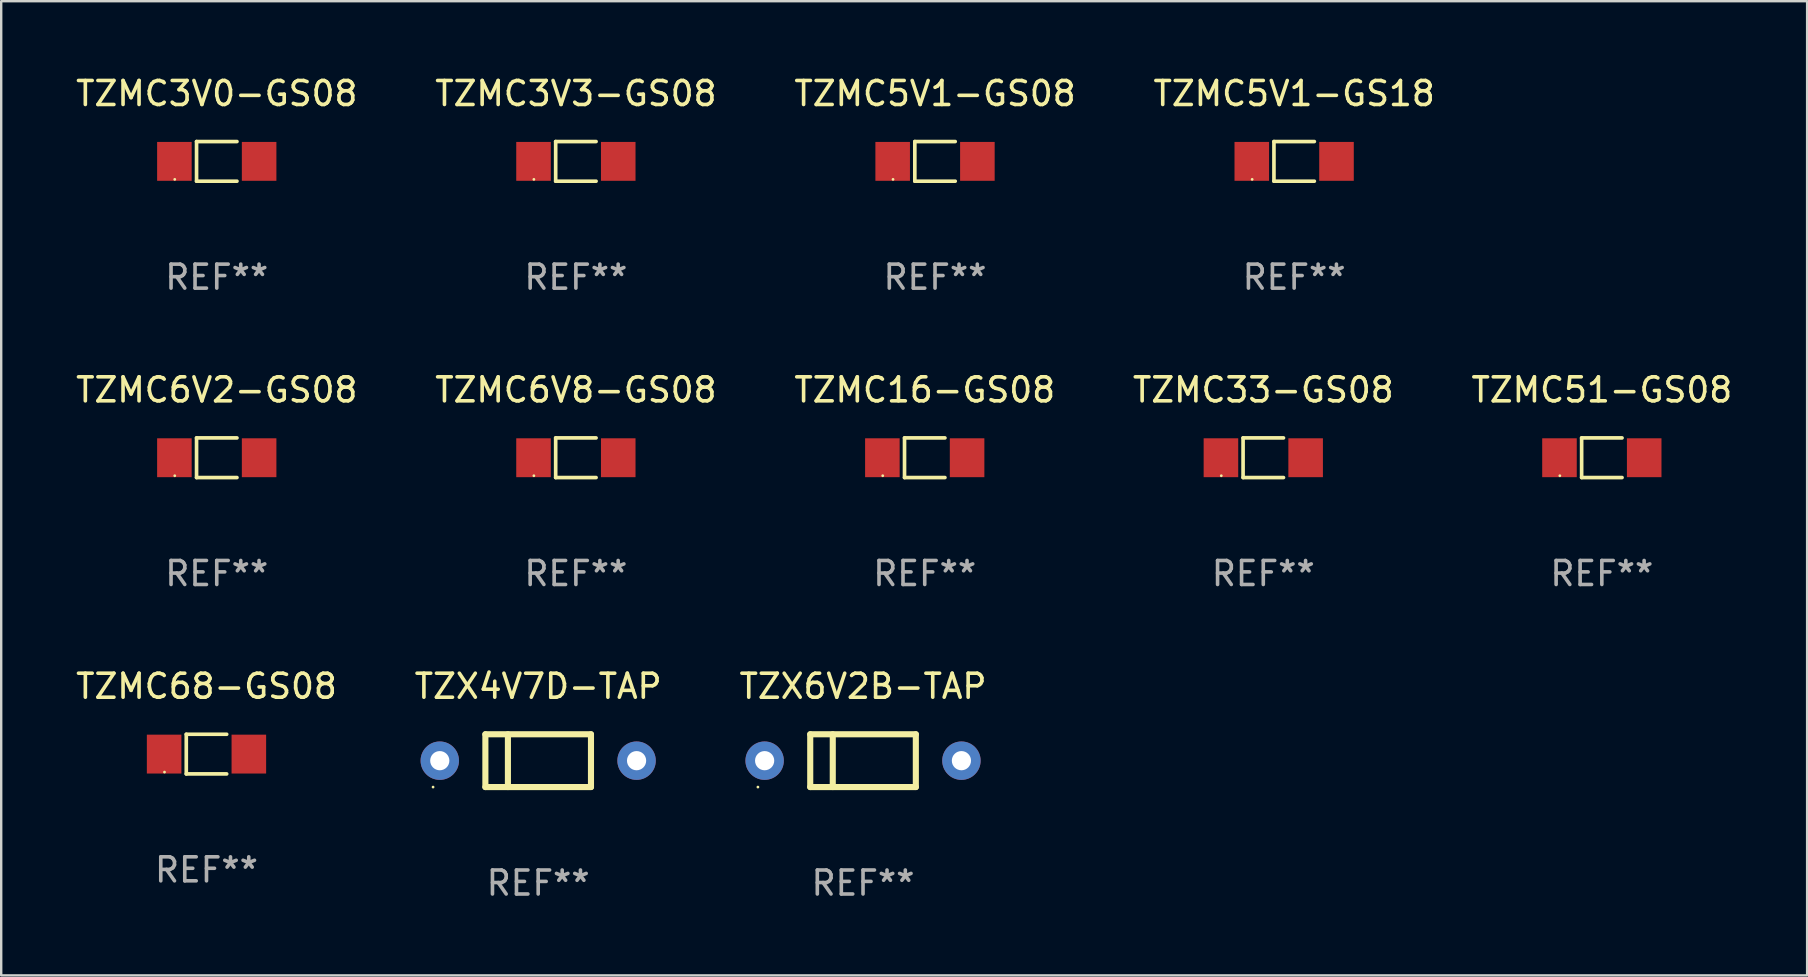
<source format=kicad_pcb>
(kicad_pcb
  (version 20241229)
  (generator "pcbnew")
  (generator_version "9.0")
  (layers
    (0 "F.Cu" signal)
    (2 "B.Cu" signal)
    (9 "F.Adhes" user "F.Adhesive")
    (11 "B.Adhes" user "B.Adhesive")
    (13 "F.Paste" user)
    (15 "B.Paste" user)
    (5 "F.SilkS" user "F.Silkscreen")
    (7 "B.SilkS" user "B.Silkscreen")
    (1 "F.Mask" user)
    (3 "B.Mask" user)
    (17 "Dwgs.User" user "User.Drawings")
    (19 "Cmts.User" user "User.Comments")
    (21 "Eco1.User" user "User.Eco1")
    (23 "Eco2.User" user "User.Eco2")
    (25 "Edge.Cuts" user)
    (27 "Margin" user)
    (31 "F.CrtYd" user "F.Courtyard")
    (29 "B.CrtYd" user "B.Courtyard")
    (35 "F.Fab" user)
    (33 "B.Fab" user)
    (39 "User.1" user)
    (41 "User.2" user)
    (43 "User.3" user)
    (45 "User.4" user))
  (footprint "TZX4V7D-TAP"
    (layer "F.Cu")
    (at 19.375 28.646)
    (property "Reference" "TZX4V7D-TAP" (at 0 -3.1 0) (layer "F.SilkS") (effects (font (size 1 1) (thickness 0.15))))
    (attr through_hole)
    (fp_line (start -2.2 -1.1) (end -2.2 1.1) (stroke (width 0.254) (type solid)) (layer "F.SilkS"))
    (fp_line (start -2.2 -1.1) (end 2.2 -1.1) (stroke (width 0.254) (type solid)) (layer "F.SilkS"))
    (fp_line (start -2.2 1.1) (end 2.2 1.1) (stroke (width 0.254) (type solid)) (layer "F.SilkS"))
    (fp_line (start -1.261 -1.1) (end -1.261 1.1) (stroke (width 0.254) (type solid)) (layer "F.SilkS"))
    (fp_line (start 2.2 -1.1) (end 2.2 1.1) (stroke (width 0.254) (type solid)) (layer "F.SilkS"))
    (fp_circle (center -4.38 1.1) (end -4.35 1.1) (stroke (width 0.06) (type solid)) (fill no) (layer "F.SilkS"))
    (fp_text user "REF**" (at 0 5.1 0) (layer "F.Fab") (effects (font (size 1 1) (thickness 0.15))))
    (pad "1" thru_hole circle (at -4.1 0) (size 1.6 1.6) (drill 0.8) (layers "*.Cu" "*.Mask"))
    (pad "2" thru_hole circle (at 4.1 0) (size 1.6 1.6) (drill 0.8) (layers "*.Cu" "*.Mask")))
  (footprint "TZMC6V2-GS08"
    (layer "F.Cu")
    (at 5.982 16.023)
    (property "Reference" "TZMC6V2-GS08" (at 0 -2.826 0) (layer "F.SilkS") (effects (font (size 1 1) (thickness 0.15))))
    (attr through_hole)
    (fp_line (start -0.842 -0.826) (end -0.842 0.826) (stroke (width 0.152) (type solid)) (layer "F.SilkS"))
    (fp_line (start -0.842 -0.826) (end 0.842 -0.826) (stroke (width 0.152) (type solid)) (layer "F.SilkS"))
    (fp_line (start -0.842 0.826) (end 0.842 0.826) (stroke (width 0.152) (type solid)) (layer "F.SilkS"))
    (fp_circle (center -1.75 0.75) (end -1.72 0.75) (stroke (width 0.06) (type solid)) (fill no) (layer "F.SilkS"))
    (fp_text user "REF**" (at 0 4.826 0) (layer "F.Fab") (effects (font (size 1 1) (thickness 0.15))))
    (pad "1" smd rect (at -1.765 0) (size 1.44 1.62) (layers "F.Cu" "F.Mask" "F.Paste"))
    (pad "2" smd rect (at 1.765 0) (size 1.44 1.62) (layers "F.Cu" "F.Mask" "F.Paste")))
  (footprint "TZX6V2B-TAP"
    (layer "F.Cu")
    (at 32.911 28.646)
    (property "Reference" "TZX6V2B-TAP" (at 0 -3.1 0) (layer "F.SilkS") (effects (font (size 1 1) (thickness 0.15))))
    (attr through_hole)
    (fp_line (start -2.2 -1.1) (end -2.2 1.1) (stroke (width 0.254) (type solid)) (layer "F.SilkS"))
    (fp_line (start -2.2 -1.1) (end 2.2 -1.1) (stroke (width 0.254) (type solid)) (layer "F.SilkS"))
    (fp_line (start -2.2 1.1) (end 2.2 1.1) (stroke (width 0.254) (type solid)) (layer "F.SilkS"))
    (fp_line (start -1.261 -1.1) (end -1.261 1.1) (stroke (width 0.254) (type solid)) (layer "F.SilkS"))
    (fp_line (start 2.2 -1.1) (end 2.2 1.1) (stroke (width 0.254) (type solid)) (layer "F.SilkS"))
    (fp_circle (center -4.38 1.1) (end -4.35 1.1) (stroke (width 0.06) (type solid)) (fill no) (layer "F.SilkS"))
    (fp_text user "REF**" (at 0 5.1 0) (layer "F.Fab") (effects (font (size 1 1) (thickness 0.15))))
    (pad "1" thru_hole circle (at -4.1 0) (size 1.6 1.6) (drill 0.8) (layers "*.Cu" "*.Mask"))
    (pad "2" thru_hole circle (at 4.1 0) (size 1.6 1.6) (drill 0.8) (layers "*.Cu" "*.Mask")))
  (footprint "TZMC33-GS08"
    (layer "F.Cu")
    (at 49.589 16.023)
    (property "Reference" "TZMC33-GS08" (at 0 -2.826 0) (layer "F.SilkS") (effects (font (size 1 1) (thickness 0.15))))
    (attr through_hole)
    (fp_line (start -0.842 -0.826) (end -0.842 0.826) (stroke (width 0.152) (type solid)) (layer "F.SilkS"))
    (fp_line (start -0.842 -0.826) (end 0.842 -0.826) (stroke (width 0.152) (type solid)) (layer "F.SilkS"))
    (fp_line (start -0.842 0.826) (end 0.842 0.826) (stroke (width 0.152) (type solid)) (layer "F.SilkS"))
    (fp_circle (center -1.75 0.75) (end -1.72 0.75) (stroke (width 0.06) (type solid)) (fill no) (layer "F.SilkS"))
    (fp_text user "REF**" (at 0 4.826 0) (layer "F.Fab") (effects (font (size 1 1) (thickness 0.15))))
    (pad "1" smd rect (at -1.765 0) (size 1.44 1.62) (layers "F.Cu" "F.Mask" "F.Paste"))
    (pad "2" smd rect (at 1.765 0) (size 1.44 1.62) (layers "F.Cu" "F.Mask" "F.Paste")))
  (footprint "TZMC51-GS08"
    (layer "F.Cu")
    (at 63.696 16.023)
    (property "Reference" "TZMC51-GS08" (at 0 -2.826 0) (layer "F.SilkS") (effects (font (size 1 1) (thickness 0.15))))
    (attr through_hole)
    (fp_line (start -0.842 -0.826) (end -0.842 0.826) (stroke (width 0.152) (type solid)) (layer "F.SilkS"))
    (fp_line (start -0.842 -0.826) (end 0.842 -0.826) (stroke (width 0.152) (type solid)) (layer "F.SilkS"))
    (fp_line (start -0.842 0.826) (end 0.842 0.826) (stroke (width 0.152) (type solid)) (layer "F.SilkS"))
    (fp_circle (center -1.75 0.75) (end -1.72 0.75) (stroke (width 0.06) (type solid)) (fill no) (layer "F.SilkS"))
    (fp_text user "REF**" (at 0 4.826 0) (layer "F.Fab") (effects (font (size 1 1) (thickness 0.15))))
    (pad "1" smd rect (at -1.765 0) (size 1.44 1.62) (layers "F.Cu" "F.Mask" "F.Paste"))
    (pad "2" smd rect (at 1.765 0) (size 1.44 1.62) (layers "F.Cu" "F.Mask" "F.Paste")))
  (footprint "TZMC16-GS08"
    (layer "F.Cu")
    (at 35.482 16.023)
    (property "Reference" "TZMC16-GS08" (at 0 -2.826 0) (layer "F.SilkS") (effects (font (size 1 1) (thickness 0.15))))
    (attr through_hole)
    (fp_line (start -0.842 -0.826) (end -0.842 0.826) (stroke (width 0.152) (type solid)) (layer "F.SilkS"))
    (fp_line (start -0.842 -0.826) (end 0.842 -0.826) (stroke (width 0.152) (type solid)) (layer "F.SilkS"))
    (fp_line (start -0.842 0.826) (end 0.842 0.826) (stroke (width 0.152) (type solid)) (layer "F.SilkS"))
    (fp_circle (center -1.75 0.75) (end -1.72 0.75) (stroke (width 0.06) (type solid)) (fill no) (layer "F.SilkS"))
    (fp_text user "REF**" (at 0 4.826 0) (layer "F.Fab") (effects (font (size 1 1) (thickness 0.15))))
    (pad "1" smd rect (at -1.765 0) (size 1.44 1.62) (layers "F.Cu" "F.Mask" "F.Paste"))
    (pad "2" smd rect (at 1.765 0) (size 1.44 1.62) (layers "F.Cu" "F.Mask" "F.Paste")))
  (footprint "TZMC5V1-GS18"
    (layer "F.Cu")
    (at 50.875 3.674)
    (property "Reference" "TZMC5V1-GS18" (at 0 -2.826 0) (layer "F.SilkS") (effects (font (size 1 1) (thickness 0.15))))
    (attr through_hole)
    (fp_line (start -0.842 -0.826) (end -0.842 0.826) (stroke (width 0.152) (type solid)) (layer "F.SilkS"))
    (fp_line (start -0.842 -0.826) (end 0.842 -0.826) (stroke (width 0.152) (type solid)) (layer "F.SilkS"))
    (fp_line (start -0.842 0.826) (end 0.842 0.826) (stroke (width 0.152) (type solid)) (layer "F.SilkS"))
    (fp_circle (center -1.75 0.75) (end -1.72 0.75) (stroke (width 0.06) (type solid)) (fill no) (layer "F.SilkS"))
    (fp_text user "REF**" (at 0 4.826 0) (layer "F.Fab") (effects (font (size 1 1) (thickness 0.15))))
    (pad "1" smd rect (at -1.765 0) (size 1.44 1.62) (layers "F.Cu" "F.Mask" "F.Paste"))
    (pad "2" smd rect (at 1.765 0) (size 1.44 1.62) (layers "F.Cu" "F.Mask" "F.Paste")))
  (footprint "TZMC3V0-GS08"
    (layer "F.Cu")
    (at 5.982 3.674)
    (property "Reference" "TZMC3V0-GS08" (at 0 -2.826 0) (layer "F.SilkS") (effects (font (size 1 1) (thickness 0.15))))
    (attr through_hole)
    (fp_line (start -0.842 -0.826) (end -0.842 0.826) (stroke (width 0.152) (type solid)) (layer "F.SilkS"))
    (fp_line (start -0.842 -0.826) (end 0.842 -0.826) (stroke (width 0.152) (type solid)) (layer "F.SilkS"))
    (fp_line (start -0.842 0.826) (end 0.842 0.826) (stroke (width 0.152) (type solid)) (layer "F.SilkS"))
    (fp_circle (center -1.75 0.75) (end -1.72 0.75) (stroke (width 0.06) (type solid)) (fill no) (layer "F.SilkS"))
    (fp_text user "REF**" (at 0 4.826 0) (layer "F.Fab") (effects (font (size 1 1) (thickness 0.15))))
    (pad "1" smd rect (at -1.765 0) (size 1.44 1.62) (layers "F.Cu" "F.Mask" "F.Paste"))
    (pad "2" smd rect (at 1.765 0) (size 1.44 1.62) (layers "F.Cu" "F.Mask" "F.Paste")))
  (footprint "TZMC3V3-GS08"
    (layer "F.Cu")
    (at 20.946 3.674)
    (property "Reference" "TZMC3V3-GS08" (at 0 -2.826 0) (layer "F.SilkS") (effects (font (size 1 1) (thickness 0.15))))
    (attr through_hole)
    (fp_line (start -0.842 -0.826) (end -0.842 0.826) (stroke (width 0.152) (type solid)) (layer "F.SilkS"))
    (fp_line (start -0.842 -0.826) (end 0.842 -0.826) (stroke (width 0.152) (type solid)) (layer "F.SilkS"))
    (fp_line (start -0.842 0.826) (end 0.842 0.826) (stroke (width 0.152) (type solid)) (layer "F.SilkS"))
    (fp_circle (center -1.75 0.75) (end -1.72 0.75) (stroke (width 0.06) (type solid)) (fill no) (layer "F.SilkS"))
    (fp_text user "REF**" (at 0 4.826 0) (layer "F.Fab") (effects (font (size 1 1) (thickness 0.15))))
    (pad "1" smd rect (at -1.765 0) (size 1.44 1.62) (layers "F.Cu" "F.Mask" "F.Paste"))
    (pad "2" smd rect (at 1.765 0) (size 1.44 1.62) (layers "F.Cu" "F.Mask" "F.Paste")))
  (footprint "TZMC6V8-GS08"
    (layer "F.Cu")
    (at 20.946 16.023)
    (property "Reference" "TZMC6V8-GS08" (at 0 -2.826 0) (layer "F.SilkS") (effects (font (size 1 1) (thickness 0.15))))
    (attr through_hole)
    (fp_line (start -0.842 -0.826) (end -0.842 0.826) (stroke (width 0.152) (type solid)) (layer "F.SilkS"))
    (fp_line (start -0.842 -0.826) (end 0.842 -0.826) (stroke (width 0.152) (type solid)) (layer "F.SilkS"))
    (fp_line (start -0.842 0.826) (end 0.842 0.826) (stroke (width 0.152) (type solid)) (layer "F.SilkS"))
    (fp_circle (center -1.75 0.75) (end -1.72 0.75) (stroke (width 0.06) (type solid)) (fill no) (layer "F.SilkS"))
    (fp_text user "REF**" (at 0 4.826 0) (layer "F.Fab") (effects (font (size 1 1) (thickness 0.15))))
    (pad "1" smd rect (at -1.765 0) (size 1.44 1.62) (layers "F.Cu" "F.Mask" "F.Paste"))
    (pad "2" smd rect (at 1.765 0) (size 1.44 1.62) (layers "F.Cu" "F.Mask" "F.Paste")))
  (footprint "TZMC5V1-GS08"
    (layer "F.Cu")
    (at 35.911 3.674)
    (property "Reference" "TZMC5V1-GS08" (at 0 -2.826 0) (layer "F.SilkS") (effects (font (size 1 1) (thickness 0.15))))
    (attr through_hole)
    (fp_line (start -0.842 -0.826) (end -0.842 0.826) (stroke (width 0.152) (type solid)) (layer "F.SilkS"))
    (fp_line (start -0.842 -0.826) (end 0.842 -0.826) (stroke (width 0.152) (type solid)) (layer "F.SilkS"))
    (fp_line (start -0.842 0.826) (end 0.842 0.826) (stroke (width 0.152) (type solid)) (layer "F.SilkS"))
    (fp_circle (center -1.75 0.75) (end -1.72 0.75) (stroke (width 0.06) (type solid)) (fill no) (layer "F.SilkS"))
    (fp_text user "REF**" (at 0 4.826 0) (layer "F.Fab") (effects (font (size 1 1) (thickness 0.15))))
    (pad "1" smd rect (at -1.765 0) (size 1.44 1.62) (layers "F.Cu" "F.Mask" "F.Paste"))
    (pad "2" smd rect (at 1.765 0) (size 1.44 1.62) (layers "F.Cu" "F.Mask" "F.Paste")))
  (footprint "TZMC68-GS08"
    (layer "F.Cu")
    (at 5.554 28.372)
    (property "Reference" "TZMC68-GS08" (at 0 -2.826 0) (layer "F.SilkS") (effects (font (size 1 1) (thickness 0.15))))
    (attr through_hole)
    (fp_line (start -0.842 -0.826) (end -0.842 0.826) (stroke (width 0.152) (type solid)) (layer "F.SilkS"))
    (fp_line (start -0.842 -0.826) (end 0.842 -0.826) (stroke (width 0.152) (type solid)) (layer "F.SilkS"))
    (fp_line (start -0.842 0.826) (end 0.842 0.826) (stroke (width 0.152) (type solid)) (layer "F.SilkS"))
    (fp_circle (center -1.75 0.75) (end -1.72 0.75) (stroke (width 0.06) (type solid)) (fill no) (layer "F.SilkS"))
    (fp_text user "REF**" (at 0 4.826 0) (layer "F.Fab") (effects (font (size 1 1) (thickness 0.15))))
    (pad "1" smd rect (at -1.765 0) (size 1.44 1.62) (layers "F.Cu" "F.Mask" "F.Paste"))
    (pad "2" smd rect (at 1.765 0) (size 1.44 1.62) (layers "F.Cu" "F.Mask" "F.Paste")))
  (gr_rect
    (start -3 -3)
    (end 72.25 37.594)
    (stroke (width 0.1) (type default))
    (fill no)
    (layer "Edge.Cuts")))
</source>
